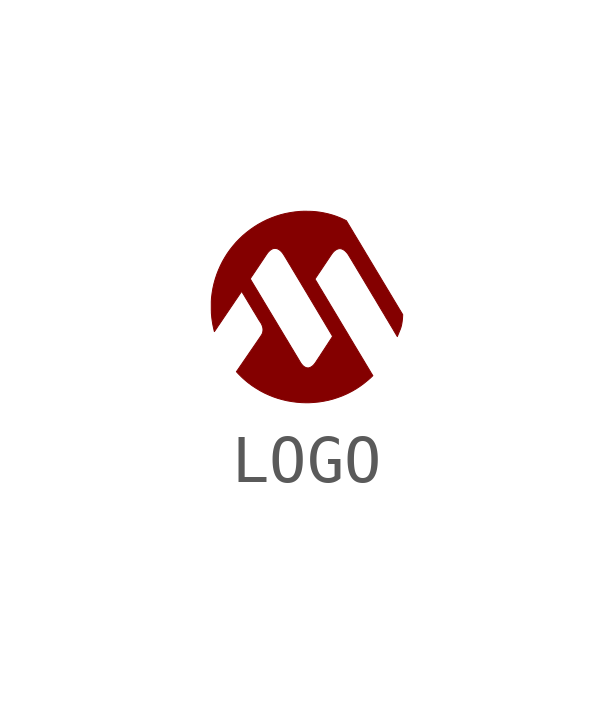
<source format=kicad_sym>
(kicad_symbol_lib
  (version 20220914)
  (generator "bitmap2component")
  (generator_version "9.0")
  (symbol "LOGO"
    (pin_names
      (offset 1.016))
    (property "Reference" "#G"
      (at 0 1.365 0)
      (effects (font (size 1.27 1.27)) hide))
    (symbol "LOGO_0_0"
      (polyline (pts (xy 0.054 -1.999) (xy 0.154 -1.993) (xy 0.255 -1.983) (xy 0.354 -1.967) (xy 0.452 -1.947) (xy 0.548 -1.922) (xy 0.643 -1.891) (xy 0.736 -1.857) (xy 0.827 -1.817) (xy 0.867 -1.798) (xy 0.953 -1.753) (xy 1.036 -1.704) (xy 1.117 -1.65) (xy 1.195 -1.592) (xy 1.272 -1.529) (xy 1.287 -1.517) (xy 1.303 -1.502) (xy 1.32 -1.488) (xy 1.335 -1.474) (xy 1.349 -1.46) (xy 1.361 -1.449) (xy 1.37 -1.44) (xy 1.376 -1.434) (xy 1.371 -1.427) (xy 1.369 -1.423) (xy 1.364 -1.415) (xy 1.357 -1.404) (xy 1.35 -1.392) (xy 1.341 -1.378) (xy 1.327 -1.354) (xy 1.311 -1.327) (xy 1.296 -1.302) (xy 1.283 -1.28) (xy 1.27 -1.259) (xy 1.259 -1.24) (xy 1.247 -1.22) (xy 1.235 -1.201) (xy 1.223 -1.18) (xy 1.209 -1.157) (xy 1.194 -1.131) (xy 1.192 -1.128) (xy 1.168 -1.088) (xy 1.142 -1.045) (xy 1.115 -1) (xy 1.086 -0.952) (xy 1.055 -0.9) (xy 1.022 -0.845) (xy 0.987 -0.787) (xy 0.95 -0.724) (xy 0.942 -0.711) (xy 0.926 -0.685) (xy 0.909 -0.656) (xy 0.891 -0.626) (xy 0.873 -0.596) (xy 0.857 -0.568) (xy 0.842 -0.543) (xy 0.838 -0.536) (xy 0.826 -0.517) (xy 0.812 -0.493) (xy 0.796 -0.467) (xy 0.779 -0.439) (xy 0.761 -0.408) (xy 0.742 -0.377) (xy 0.723 -0.346) (xy 0.705 -0.315) (xy 0.686 -0.284) (xy 0.675 -0.265) (xy 0.658 -0.236) (xy 0.641 -0.208) (xy 0.624 -0.18) (xy 0.609 -0.154) (xy 0.594 -0.13) (xy 0.581 -0.108) (xy 0.57 -0.089) (xy 0.56 -0.074) (xy 0.554 -0.063) (xy 0.551 -0.059) (xy 0.542 -0.043) (xy 0.531 -0.024) (xy 0.518 -0.003) (xy 0.504 0.02) (xy 0.489 0.044) (xy 0.475 0.069) (xy 0.461 0.092) (xy 0.46 0.095) (xy 0.444 0.121) (xy 0.426 0.15) (xy 0.408 0.181) (xy 0.389 0.213) (xy 0.37 0.244) (xy 0.352 0.274) (xy 0.336 0.3) (xy 0.333 0.306) (xy 0.317 0.333) (xy 0.3 0.361) (xy 0.282 0.39) (xy 0.265 0.419) (xy 0.248 0.447) (xy 0.233 0.473) (xy 0.22 0.495) (xy 0.167 0.583) (xy 0.183 0.606) (xy 0.186 0.61) (xy 0.193 0.62) (xy 0.202 0.633) (xy 0.212 0.649) (xy 0.224 0.666) (xy 0.236 0.685) (xy 0.249 0.704) (xy 0.253 0.709) (xy 0.267 0.73) (xy 0.282 0.752) (xy 0.297 0.774) (xy 0.311 0.795) (xy 0.323 0.814) (xy 0.334 0.829) (xy 0.337 0.835) (xy 0.348 0.851) (xy 0.358 0.866) (xy 0.368 0.881) (xy 0.376 0.893) (xy 0.382 0.901) (xy 0.391 0.915) (xy 0.407 0.939) (xy 0.423 0.963) (xy 0.439 0.987) (xy 0.455 1.01) (xy 0.469 1.032) (xy 0.483 1.053) (xy 0.496 1.071) (xy 0.506 1.087) (xy 0.515 1.1) (xy 0.522 1.109) (xy 0.526 1.115) (xy 0.543 1.137) (xy 0.567 1.162) (xy 0.592 1.182) (xy 0.617 1.198) (xy 0.643 1.209) (xy 0.669 1.216) (xy 0.669 1.216) (xy 0.681 1.217) (xy 0.69 1.217) (xy 0.7 1.216) (xy 0.712 1.214) (xy 0.721 1.212) (xy 0.745 1.203) (xy 0.768 1.19) (xy 0.79 1.175) (xy 0.793 1.172) (xy 0.805 1.161) (xy 0.818 1.148) (xy 0.832 1.133) (xy 0.844 1.118) (xy 0.854 1.105) (xy 0.854 1.105) (xy 0.858 1.099) (xy 0.865 1.088) (xy 0.874 1.074) (xy 0.885 1.055) (xy 0.899 1.032) (xy 0.915 1.006) (xy 0.933 0.976) (xy 0.954 0.942) (xy 0.976 0.904) (xy 1.001 0.864) (xy 1.027 0.82) (xy 1.055 0.773) (xy 1.085 0.723) (xy 1.117 0.67) (xy 1.15 0.615) (xy 1.185 0.557) (xy 1.221 0.496) (xy 1.259 0.433) (xy 1.298 0.368) (xy 1.338 0.301) (xy 1.379 0.232) (xy 1.422 0.162) (xy 1.465 0.089) (xy 1.509 0.015) (xy 1.554 -0.061) (xy 1.6 -0.137) (xy 1.607 -0.148) (xy 1.623 -0.175) (xy 1.64 -0.205) (xy 1.658 -0.235) (xy 1.676 -0.264) (xy 1.693 -0.292) (xy 1.708 -0.318) (xy 1.721 -0.34) (xy 1.73 -0.355) (xy 1.746 -0.382) (xy 1.764 -0.411) (xy 1.782 -0.442) (xy 1.8 -0.471) (xy 1.816 -0.5) (xy 1.831 -0.525) (xy 1.887 -0.619) (xy 1.891 -0.607) (xy 1.892 -0.604) (xy 1.895 -0.596) (xy 1.9 -0.584) (xy 1.906 -0.57) (xy 1.913 -0.554) (xy 1.92 -0.537) (xy 1.921 -0.532) (xy 1.933 -0.504) (xy 1.943 -0.48) (xy 1.951 -0.459) (xy 1.958 -0.44) (xy 1.964 -0.422) (xy 1.968 -0.404) (xy 1.973 -0.389) (xy 1.981 -0.347) (xy 1.988 -0.301) (xy 1.994 -0.252) (xy 1.997 -0.201) (xy 1.999 -0.16) (xy 1.946 -0.071) (xy 1.94 -0.062) (xy 1.93 -0.046) (xy 1.918 -0.025) (xy 1.904 -0.002) (xy 1.888 0.025) (xy 1.87 0.055) (xy 1.851 0.087) (xy 1.83 0.121) (xy 1.809 0.157) (xy 1.787 0.193) (xy 1.765 0.231) (xy 1.742 0.268) (xy 1.72 0.306) (xy 1.704 0.333) (xy 1.681 0.37) (xy 1.659 0.407) (xy 1.637 0.444) (xy 1.616 0.479) (xy 1.595 0.513) (xy 1.576 0.545) (xy 1.558 0.575) (xy 1.542 0.602) (xy 1.528 0.626) (xy 1.515 0.647) (xy 1.505 0.664) (xy 1.497 0.677) (xy 1.495 0.68) (xy 1.484 0.699) (xy 1.47 0.721) (xy 1.455 0.747) (xy 1.437 0.776) (xy 1.418 0.808) (xy 1.398 0.842) (xy 1.376 0.878) (xy 1.354 0.915) (xy 1.331 0.953) (xy 1.308 0.991) (xy 1.285 1.03) (xy 1.263 1.067) (xy 1.24 1.104) (xy 1.219 1.14) (xy 1.199 1.174) (xy 1.18 1.205) (xy 1.163 1.234) (xy 1.147 1.26) (xy 1.134 1.282) (xy 1.123 1.301) (xy 1.107 1.328) (xy 1.089 1.357) (xy 1.071 1.387) (xy 1.053 1.417) (xy 1.036 1.446) (xy 1.02 1.471) (xy 1.014 1.483) (xy 0.998 1.508) (xy 0.981 1.536) (xy 0.963 1.567) (xy 0.945 1.598) (xy 0.926 1.628) (xy 0.909 1.658) (xy 0.892 1.685) (xy 0.823 1.801) (xy 0.799 1.812) (xy 0.789 1.817) (xy 0.703 1.857) (xy 0.617 1.891) (xy 0.53 1.92) (xy 0.442 1.944) (xy 0.351 1.964) (xy 0.259 1.98) (xy 0.164 1.991) (xy 0.163 1.991) (xy 0.143 1.992) (xy 0.12 1.994) (xy 0.093 1.995) (xy 0.065 1.996) (xy 0.034 1.996) (xy 0.003 1.997) (xy -0.027 1.997) (xy -0.056 1.997) (xy -0.083 1.997) (xy -0.107 1.996) (xy -0.128 1.995) (xy -0.15 1.994) (xy -0.251 1.984) (xy -0.351 1.969) (xy -0.451 1.95) (xy -0.549 1.925) (xy -0.645 1.895) (xy -0.74 1.86) (xy -0.833 1.821) (xy -0.924 1.776) (xy -1.013 1.727) (xy -1.017 1.725) (xy -1.102 1.671) (xy -1.184 1.614) (xy -1.263 1.553) (xy -1.339 1.489) (xy -1.41 1.421) (xy -1.479 1.35) (xy -1.543 1.275) (xy -1.604 1.198) (xy -1.661 1.118) (xy -1.713 1.035) (xy -1.762 0.95) (xy -1.806 0.862) (xy -1.846 0.772) (xy -1.882 0.68) (xy -1.913 0.586) (xy -1.913 0.586) (xy -1.182 0.586) (xy -1.181 0.589) (xy -1.178 0.595) (xy -1.172 0.605) (xy -1.165 0.616) (xy -1.157 0.629) (xy -1.151 0.638) (xy -1.137 0.657) (xy -1.122 0.68) (xy -1.105 0.706) (xy -1.085 0.735) (xy -1.065 0.765) (xy -1.044 0.797) (xy -1.021 0.83) (xy -0.999 0.864) (xy -0.976 0.897) (xy -0.954 0.931) (xy -0.932 0.963) (xy -0.912 0.993) (xy -0.902 1.008) (xy -0.885 1.034) (xy -0.87 1.056) (xy -0.858 1.075) (xy -0.847 1.09) (xy -0.838 1.103) (xy -0.831 1.114) (xy -0.825 1.123) (xy -0.819 1.13) (xy -0.814 1.136) (xy -0.81 1.141) (xy -0.806 1.146) (xy -0.801 1.151) (xy -0.796 1.156) (xy -0.787 1.165) (xy -0.762 1.187) (xy -0.736 1.204) (xy -0.71 1.216) (xy -0.684 1.222) (xy -0.658 1.222) (xy -0.632 1.218) (xy -0.621 1.215) (xy -0.602 1.207) (xy -0.583 1.196) (xy -0.562 1.181) (xy -0.555 1.175) (xy -0.543 1.164) (xy -0.532 1.153) (xy -0.521 1.141) (xy -0.509 1.126) (xy -0.497 1.109) (xy -0.484 1.089) (xy -0.469 1.066) (xy -0.453 1.039) (xy -0.451 1.036) (xy -0.44 1.018) (xy -0.429 1) (xy -0.419 0.983) (xy -0.409 0.967) (xy -0.402 0.955) (xy -0.4 0.951) (xy -0.396 0.944) (xy -0.39 0.935) (xy -0.383 0.923) (xy -0.375 0.909) (xy -0.365 0.893) (xy -0.353 0.874) (xy -0.34 0.852) (xy -0.325 0.827) (xy -0.309 0.799) (xy -0.29 0.768) (xy -0.269 0.733) (xy -0.246 0.695) (xy -0.221 0.653) (xy -0.194 0.608) (xy -0.164 0.558) (xy -0.132 0.505) (xy -0.098 0.447) (xy -0.06 0.385) (xy -0.051 0.369) (xy -0.035 0.342) (xy -0.016 0.311) (xy 0.004 0.278) (xy 0.025 0.242) (xy 0.047 0.205) (xy 0.07 0.167) (xy 0.093 0.128) (xy 0.116 0.09) (xy 0.138 0.053) (xy 0.159 0.017) (xy 0.164 0.01) (xy 0.183 -0.022) (xy 0.202 -0.054) (xy 0.221 -0.085) (xy 0.238 -0.115) (xy 0.255 -0.143) (xy 0.271 -0.169) (xy 0.285 -0.193) (xy 0.297 -0.213) (xy 0.307 -0.231) (xy 0.316 -0.244) (xy 0.321 -0.254) (xy 0.326 -0.262) (xy 0.335 -0.276) (xy 0.345 -0.293) (xy 0.357 -0.313) (xy 0.37 -0.335) (xy 0.384 -0.359) (xy 0.399 -0.384) (xy 0.414 -0.409) (xy 0.429 -0.435) (xy 0.445 -0.46) (xy 0.459 -0.485) (xy 0.473 -0.508) (xy 0.486 -0.53) (xy 0.498 -0.55) (xy 0.508 -0.567) (xy 0.516 -0.581) (xy 0.523 -0.591) (xy 0.526 -0.598) (xy 0.536 -0.614) (xy 0.489 -0.687) (xy 0.485 -0.693) (xy 0.472 -0.713) (xy 0.459 -0.732) (xy 0.447 -0.751) (xy 0.436 -0.768) (xy 0.427 -0.782) (xy 0.42 -0.793) (xy 0.416 -0.799) (xy 0.408 -0.81) (xy 0.398 -0.826) (xy 0.387 -0.843) (xy 0.374 -0.863) (xy 0.36 -0.885) (xy 0.345 -0.907) (xy 0.331 -0.929) (xy 0.323 -0.941) (xy 0.308 -0.964) (xy 0.292 -0.988) (xy 0.278 -1.011) (xy 0.264 -1.032) (xy 0.251 -1.051) (xy 0.24 -1.067) (xy 0.232 -1.08) (xy 0.23 -1.083) (xy 0.22 -1.099) (xy 0.209 -1.114) (xy 0.2 -1.129) (xy 0.192 -1.141) (xy 0.186 -1.15) (xy 0.174 -1.168) (xy 0.159 -1.187) (xy 0.144 -1.205) (xy 0.129 -1.22) (xy 0.115 -1.233) (xy 0.111 -1.236) (xy 0.093 -1.248) (xy 0.074 -1.259) (xy 0.057 -1.266) (xy 0.04 -1.271) (xy 0.032 -1.272) (xy 0.025 -1.273) (xy 0.021 -1.273) (xy 0.021 -1.273) (xy 0.001 -1.27) (xy -0.015 -1.267) (xy -0.029 -1.262) (xy -0.042 -1.255) (xy -0.056 -1.247) (xy -0.079 -1.229) (xy -0.102 -1.204) (xy -0.125 -1.175) (xy -0.146 -1.14) (xy -0.149 -1.135) (xy -0.156 -1.123) (xy -0.165 -1.108) (xy -0.176 -1.09) (xy -0.187 -1.071) (xy -0.199 -1.051) (xy -0.211 -1.031) (xy -0.215 -1.024) (xy -0.229 -1.002) (xy -0.243 -0.978) (xy -0.257 -0.955) (xy -0.271 -0.932) (xy -0.283 -0.911) (xy -0.293 -0.894) (xy -0.298 -0.886) (xy -0.308 -0.87) (xy -0.32 -0.851) (xy -0.333 -0.829) (xy -0.347 -0.805) (xy -0.363 -0.779) (xy -0.379 -0.752) (xy -0.395 -0.725) (xy -0.411 -0.698) (xy -0.442 -0.648) (xy -0.473 -0.596) (xy -0.502 -0.548) (xy -0.528 -0.504) (xy -0.552 -0.464) (xy -0.575 -0.427) (xy -0.595 -0.393) (xy -0.613 -0.363) (xy -0.629 -0.336) (xy -0.644 -0.311) (xy -0.657 -0.289) (xy -0.669 -0.269) (xy -0.68 -0.252) (xy -0.689 -0.236) (xy -0.697 -0.223) (xy -0.705 -0.21) (xy -0.711 -0.199) (xy -0.717 -0.19) (xy -0.722 -0.181) (xy -0.727 -0.173) (xy -0.732 -0.166) (xy -0.742 -0.148) (xy -0.754 -0.128) (xy -0.768 -0.106) (xy -0.781 -0.083) (xy -0.795 -0.06) (xy -0.808 -0.039) (xy -0.819 -0.021) (xy -0.832 0.002) (xy -0.847 0.026) (xy -0.863 0.053) (xy -0.879 0.08) (xy -0.895 0.105) (xy -0.909 0.13) (xy -0.93 0.165) (xy -0.956 0.208) (xy -0.98 0.248) (xy -1.003 0.286) (xy -1.024 0.322) (xy -1.044 0.354) (xy -1.061 0.383) (xy -1.076 0.407) (xy -1.078 0.411) (xy -1.099 0.445) (xy -1.117 0.476) (xy -1.134 0.503) (xy -1.148 0.527) (xy -1.16 0.547) (xy -1.169 0.563) (xy -1.176 0.575) (xy -1.181 0.582) (xy -1.182 0.586) (xy -1.913 0.586) (xy -1.94 0.49) (xy -1.962 0.392) (xy -1.979 0.292) (xy -1.98 0.286) (xy -1.983 0.26) (xy -1.986 0.236) (xy -1.989 0.215) (xy -1.991 0.195) (xy -1.993 0.175) (xy -1.994 0.154) (xy -1.995 0.132) (xy -1.996 0.108) (xy -1.996 0.081) (xy -1.996 0.05) (xy -1.996 0.015) (xy -1.996 0.007) (xy -1.996 -0.032) (xy -1.996 -0.065) (xy -1.995 -0.094) (xy -1.995 -0.118) (xy -1.994 -0.137) (xy -1.993 -0.151) (xy -1.992 -0.157) (xy -1.987 -0.215) (xy -1.98 -0.27) (xy -1.972 -0.321) (xy -1.964 -0.37) (xy -1.954 -0.418) (xy -1.943 -0.467) (xy -1.94 -0.48) (xy -1.937 -0.493) (xy -1.934 -0.504) (xy -1.933 -0.511) (xy -1.932 -0.514) (xy -1.932 -0.514) (xy -1.93 -0.512) (xy -1.925 -0.505) (xy -1.918 -0.494) (xy -1.908 -0.48) (xy -1.896 -0.462) (xy -1.881 -0.441) (xy -1.865 -0.416) (xy -1.847 -0.389) (xy -1.826 -0.36) (xy -1.805 -0.328) (xy -1.781 -0.293) (xy -1.757 -0.257) (xy -1.731 -0.218) (xy -1.704 -0.179) (xy -1.676 -0.137) (xy -1.647 -0.095) (xy -1.642 -0.087) (xy -1.613 -0.045) (xy -1.586 -0.004) (xy -1.559 0.035) (xy -1.533 0.073) (xy -1.509 0.11) (xy -1.486 0.144) (xy -1.464 0.175) (xy -1.444 0.205) (xy -1.426 0.231) (xy -1.41 0.255) (xy -1.396 0.276) (xy -1.384 0.293) (xy -1.375 0.307) (xy -1.368 0.317) (xy -1.363 0.323) (xy -1.362 0.325) (xy -1.361 0.325) (xy -1.359 0.32) (xy -1.353 0.312) (xy -1.346 0.299) (xy -1.337 0.283) (xy -1.325 0.265) (xy -1.312 0.243) (xy -1.297 0.219) (xy -1.282 0.192) (xy -1.264 0.164) (xy -1.246 0.134) (xy -1.228 0.103) (xy -1.208 0.07) (xy -1.187 0.036) (xy -1.167 0.002) (xy -1.146 -0.032) (xy -1.127 -0.065) (xy -1.108 -0.096) (xy -1.09 -0.125) (xy -1.074 -0.151) (xy -1.06 -0.175) (xy -1.048 -0.195) (xy -1.038 -0.211) (xy -1.035 -0.216) (xy -1.023 -0.237) (xy -1.011 -0.257) (xy -1 -0.275) (xy -0.99 -0.29) (xy -0.981 -0.303) (xy -0.975 -0.313) (xy -0.971 -0.319) (xy -0.953 -0.347) (xy -0.939 -0.377) (xy -0.928 -0.407) (xy -0.92 -0.439) (xy -0.917 -0.469) (xy -0.918 -0.499) (xy -0.923 -0.527) (xy -0.924 -0.533) (xy -0.927 -0.542) (xy -0.93 -0.55) (xy -0.933 -0.559) (xy -0.938 -0.568) (xy -0.943 -0.578) (xy -0.95 -0.589) (xy -0.959 -0.603) (xy -0.97 -0.619) (xy -0.983 -0.639) (xy -0.999 -0.662) (xy -1.018 -0.69) (xy -1.039 -0.721) (xy -1.063 -0.756) (xy -1.089 -0.794) (xy -1.116 -0.833) (xy -1.144 -0.874) (xy -1.173 -0.916) (xy -1.202 -0.958) (xy -1.23 -1) (xy -1.242 -1.017) (xy -1.262 -1.046) (xy -1.283 -1.077) (xy -1.305 -1.109) (xy -1.327 -1.14) (xy -1.347 -1.171) (xy -1.367 -1.199) (xy -1.384 -1.224) (xy -1.385 -1.226) (xy -1.4 -1.247) (xy -1.414 -1.268) (xy -1.427 -1.286) (xy -1.438 -1.303) (xy -1.448 -1.318) (xy -1.456 -1.329) (xy -1.462 -1.337) (xy -1.465 -1.341) (xy -1.472 -1.351) (xy -1.455 -1.37) (xy -1.432 -1.395) (xy -1.398 -1.429) (xy -1.366 -1.461) (xy -1.334 -1.491) (xy -1.3 -1.521) (xy -1.266 -1.55) (xy -1.228 -1.581) (xy -1.218 -1.589) (xy -1.138 -1.648) (xy -1.055 -1.702) (xy -0.97 -1.753) (xy -0.882 -1.799) (xy -0.792 -1.84) (xy -0.7 -1.877) (xy -0.606 -1.909) (xy -0.509 -1.936) (xy -0.412 -1.959) (xy -0.312 -1.976) (xy -0.212 -1.989) (xy -0.11 -1.997) (xy -0.047 -1.999) (xy 0.054 -1.999)) (stroke (width 0.01) (type default)) (fill (type outline))))))
</source>
